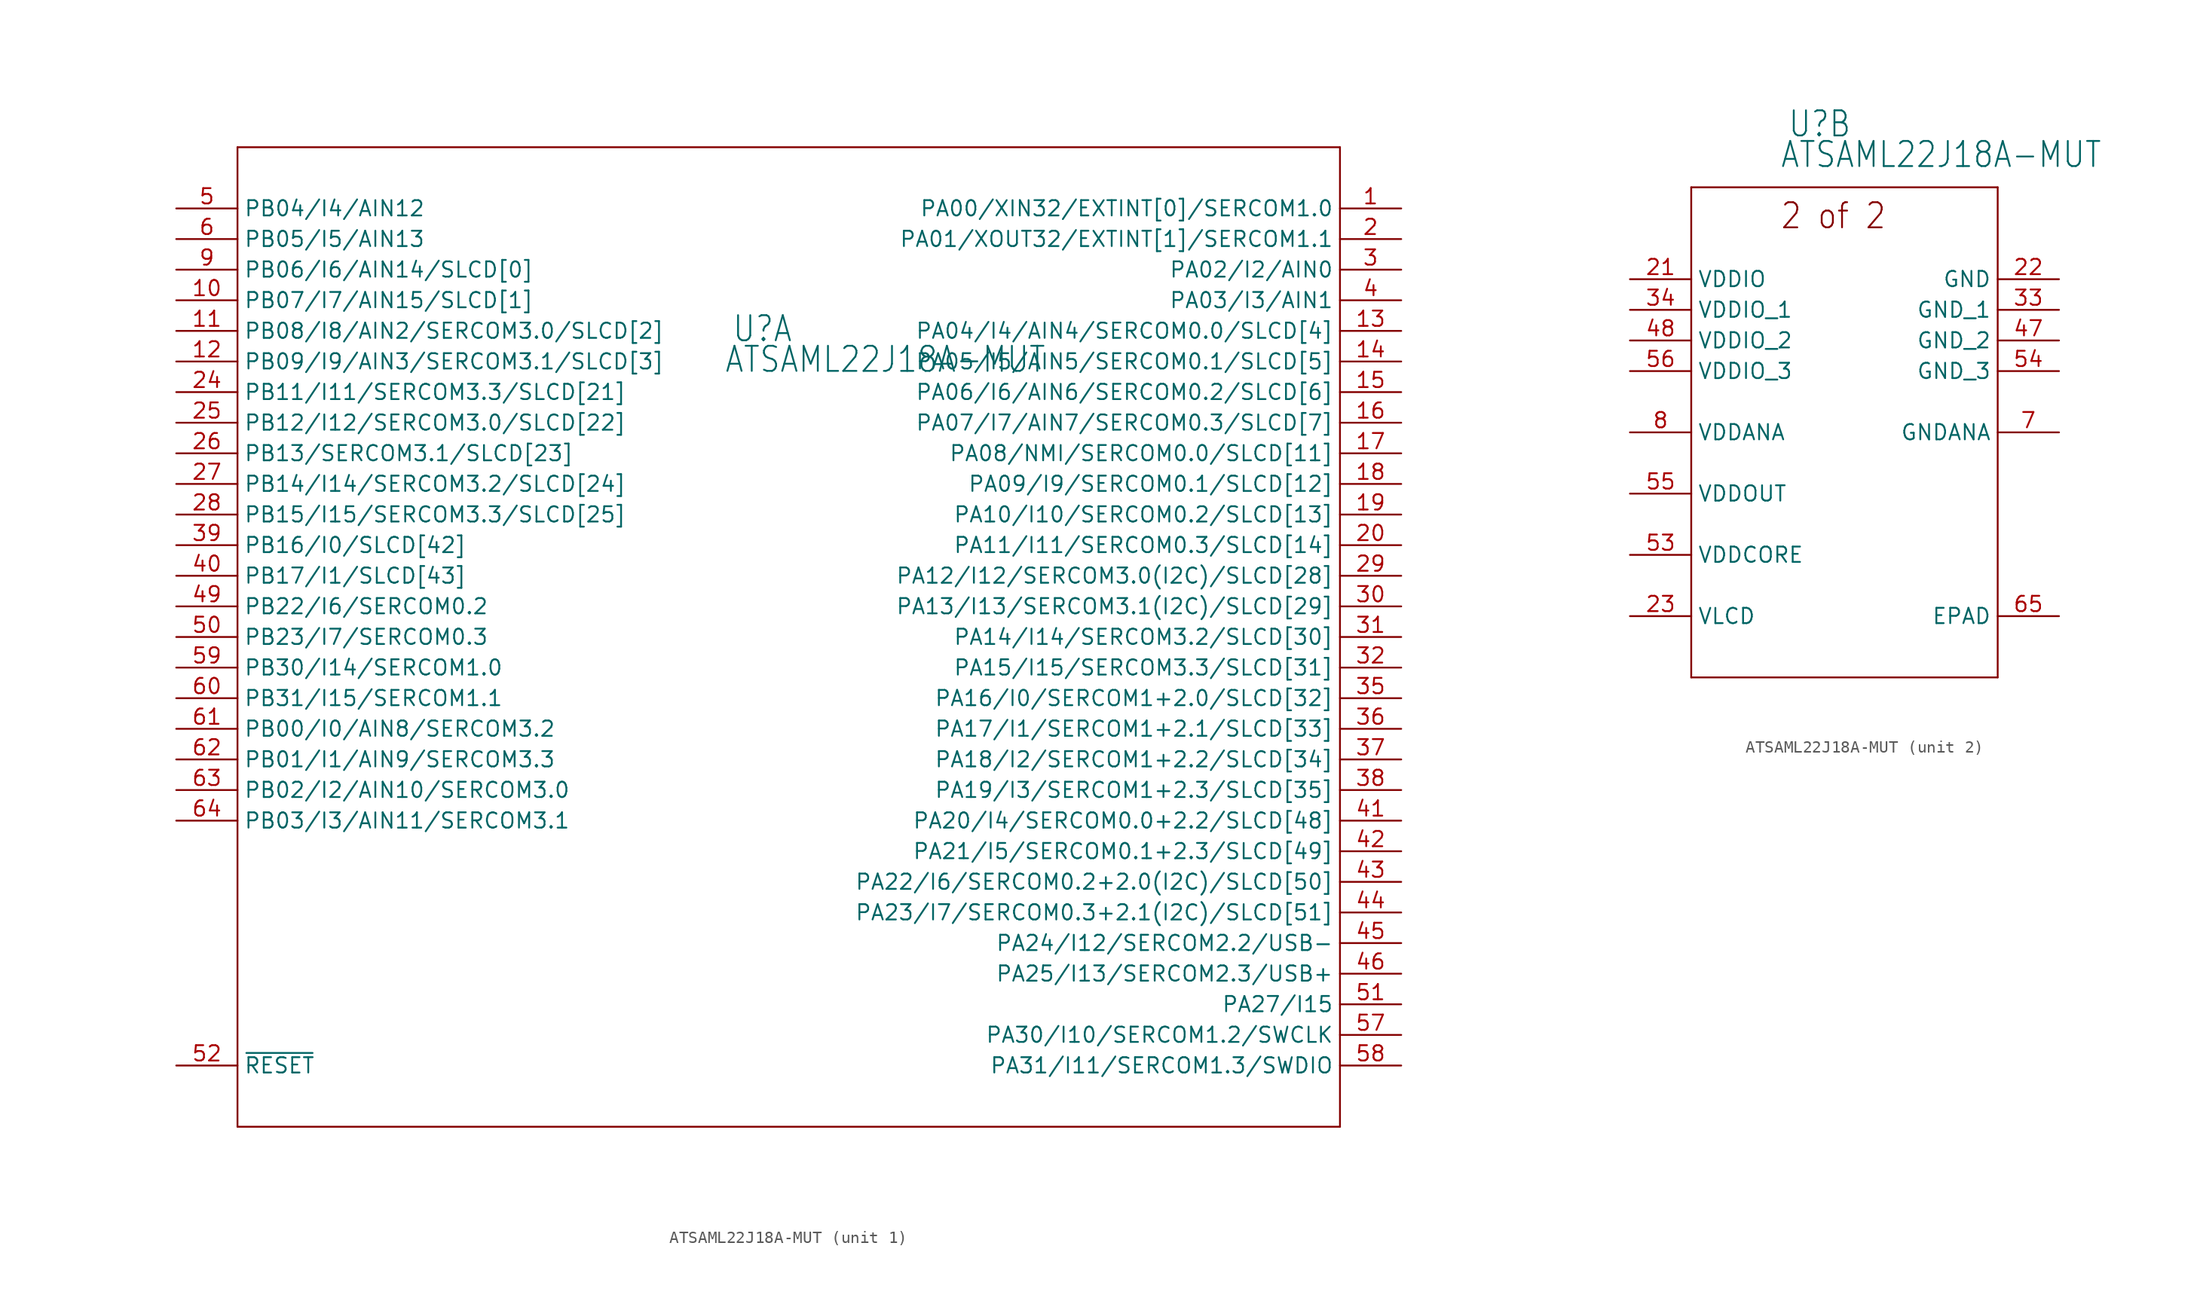
<source format=kicad_sym>
(kicad_symbol_lib
  (version 20211014)
  (generator kicad_symbol_editor)
  (symbol "ATSAML22J18A-MUT"
    (property "Reference" "U"
      (at -4.724 24.359 0)
      (effects (font (size 2.083 1.77)) (justify left bottom)))
    (property "Value" "ATSAML22J18A-MUT"
      (at -5.359 21.819 0)
      (effects (font (size 2.083 1.77)) (justify left bottom)))
    (property "ki_locked" ""
      (at 0 0 0)
      (effects (font (size 1.27 1.27))))
    (symbol "ATSAML22J18A-MUT_1_0"
      (polyline (pts (xy -45.72 -40.64) (xy 45.72 -40.64)) (stroke (width 0.152) (type default) (color 0 0 0 0)) (fill (type none)))
      (polyline (pts (xy -45.72 40.64) (xy -45.72 -40.64)) (stroke (width 0.152) (type default) (color 0 0 0 0)) (fill (type none)))
      (polyline (pts (xy 45.72 -40.64) (xy 45.72 40.64)) (stroke (width 0.152) (type default) (color 0 0 0 0)) (fill (type none)))
      (polyline (pts (xy 45.72 40.64) (xy -45.72 40.64)) (stroke (width 0.152) (type default) (color 0 0 0 0)) (fill (type none)))
      (pin bidirectional line (at 50.8 35.56 180) (length 5.08) (name "PA00/XIN32/EXTINT[0]/SERCOM1.0" (effects (font (size 1.27 1.27)))) (number "1" (effects (font (size 1.27 1.27)))))
      (pin bidirectional line (at -50.8 27.94 0) (length 5.08) (name "PB07/I7/AIN15/SLCD[1]" (effects (font (size 1.27 1.27)))) (number "10" (effects (font (size 1.27 1.27)))))
      (pin bidirectional line (at -50.8 25.4 0) (length 5.08) (name "PB08/I8/AIN2/SERCOM3.0/SLCD[2]" (effects (font (size 1.27 1.27)))) (number "11" (effects (font (size 1.27 1.27)))))
      (pin bidirectional line (at -50.8 22.86 0) (length 5.08) (name "PB09/I9/AIN3/SERCOM3.1/SLCD[3]" (effects (font (size 1.27 1.27)))) (number "12" (effects (font (size 1.27 1.27)))))
      (pin bidirectional line (at 50.8 25.4 180) (length 5.08) (name "PA04/I4/AIN4/SERCOM0.0/SLCD[4]" (effects (font (size 1.27 1.27)))) (number "13" (effects (font (size 1.27 1.27)))))
      (pin bidirectional line (at 50.8 22.86 180) (length 5.08) (name "PA05/I5/AIN5/SERCOM0.1/SLCD[5]" (effects (font (size 1.27 1.27)))) (number "14" (effects (font (size 1.27 1.27)))))
      (pin bidirectional line (at 50.8 20.32 180) (length 5.08) (name "PA06/I6/AIN6/SERCOM0.2/SLCD[6]" (effects (font (size 1.27 1.27)))) (number "15" (effects (font (size 1.27 1.27)))))
      (pin bidirectional line (at 50.8 17.78 180) (length 5.08) (name "PA07/I7/AIN7/SERCOM0.3/SLCD[7]" (effects (font (size 1.27 1.27)))) (number "16" (effects (font (size 1.27 1.27)))))
      (pin bidirectional line (at 50.8 15.24 180) (length 5.08) (name "PA08/NMI/SERCOM0.0/SLCD[11]" (effects (font (size 1.27 1.27)))) (number "17" (effects (font (size 1.27 1.27)))))
      (pin bidirectional line (at 50.8 12.7 180) (length 5.08) (name "PA09/I9/SERCOM0.1/SLCD[12]" (effects (font (size 1.27 1.27)))) (number "18" (effects (font (size 1.27 1.27)))))
      (pin bidirectional line (at 50.8 10.16 180) (length 5.08) (name "PA10/I10/SERCOM0.2/SLCD[13]" (effects (font (size 1.27 1.27)))) (number "19" (effects (font (size 1.27 1.27)))))
      (pin bidirectional line (at 50.8 33.02 180) (length 5.08) (name "PA01/XOUT32/EXTINT[1]/SERCOM1.1" (effects (font (size 1.27 1.27)))) (number "2" (effects (font (size 1.27 1.27)))))
      (pin bidirectional line (at 50.8 7.62 180) (length 5.08) (name "PA11/I11/SERCOM0.3/SLCD[14]" (effects (font (size 1.27 1.27)))) (number "20" (effects (font (size 1.27 1.27)))))
      (pin bidirectional line (at -50.8 20.32 0) (length 5.08) (name "PB11/I11/SERCOM3.3/SLCD[21]" (effects (font (size 1.27 1.27)))) (number "24" (effects (font (size 1.27 1.27)))))
      (pin bidirectional line (at -50.8 17.78 0) (length 5.08) (name "PB12/I12/SERCOM3.0/SLCD[22]" (effects (font (size 1.27 1.27)))) (number "25" (effects (font (size 1.27 1.27)))))
      (pin bidirectional line (at -50.8 15.24 0) (length 5.08) (name "PB13/SERCOM3.1/SLCD[23]" (effects (font (size 1.27 1.27)))) (number "26" (effects (font (size 1.27 1.27)))))
      (pin bidirectional line (at -50.8 12.7 0) (length 5.08) (name "PB14/I14/SERCOM3.2/SLCD[24]" (effects (font (size 1.27 1.27)))) (number "27" (effects (font (size 1.27 1.27)))))
      (pin bidirectional line (at -50.8 10.16 0) (length 5.08) (name "PB15/I15/SERCOM3.3/SLCD[25]" (effects (font (size 1.27 1.27)))) (number "28" (effects (font (size 1.27 1.27)))))
      (pin bidirectional line (at 50.8 5.08 180) (length 5.08) (name "PA12/I12/SERCOM3.0(I2C)/SLCD[28]" (effects (font (size 1.27 1.27)))) (number "29" (effects (font (size 1.27 1.27)))))
      (pin bidirectional line (at 50.8 30.48 180) (length 5.08) (name "PA02/I2/AIN0" (effects (font (size 1.27 1.27)))) (number "3" (effects (font (size 1.27 1.27)))))
      (pin bidirectional line (at 50.8 2.54 180) (length 5.08) (name "PA13/I13/SERCOM3.1(I2C)/SLCD[29]" (effects (font (size 1.27 1.27)))) (number "30" (effects (font (size 1.27 1.27)))))
      (pin bidirectional line (at 50.8 0 180) (length 5.08) (name "PA14/I14/SERCOM3.2/SLCD[30]" (effects (font (size 1.27 1.27)))) (number "31" (effects (font (size 1.27 1.27)))))
      (pin bidirectional line (at 50.8 -2.54 180) (length 5.08) (name "PA15/I15/SERCOM3.3/SLCD[31]" (effects (font (size 1.27 1.27)))) (number "32" (effects (font (size 1.27 1.27)))))
      (pin bidirectional line (at 50.8 -5.08 180) (length 5.08) (name "PA16/I0/SERCOM1+2.0/SLCD[32]" (effects (font (size 1.27 1.27)))) (number "35" (effects (font (size 1.27 1.27)))))
      (pin bidirectional line (at 50.8 -7.62 180) (length 5.08) (name "PA17/I1/SERCOM1+2.1/SLCD[33]" (effects (font (size 1.27 1.27)))) (number "36" (effects (font (size 1.27 1.27)))))
      (pin bidirectional line (at 50.8 -10.16 180) (length 5.08) (name "PA18/I2/SERCOM1+2.2/SLCD[34]" (effects (font (size 1.27 1.27)))) (number "37" (effects (font (size 1.27 1.27)))))
      (pin bidirectional line (at 50.8 -12.7 180) (length 5.08) (name "PA19/I3/SERCOM1+2.3/SLCD[35]" (effects (font (size 1.27 1.27)))) (number "38" (effects (font (size 1.27 1.27)))))
      (pin bidirectional line (at -50.8 7.62 0) (length 5.08) (name "PB16/I0/SLCD[42]" (effects (font (size 1.27 1.27)))) (number "39" (effects (font (size 1.27 1.27)))))
      (pin bidirectional line (at 50.8 27.94 180) (length 5.08) (name "PA03/I3/AIN1" (effects (font (size 1.27 1.27)))) (number "4" (effects (font (size 1.27 1.27)))))
      (pin bidirectional line (at -50.8 5.08 0) (length 5.08) (name "PB17/I1/SLCD[43]" (effects (font (size 1.27 1.27)))) (number "40" (effects (font (size 1.27 1.27)))))
      (pin bidirectional line (at 50.8 -15.24 180) (length 5.08) (name "PA20/I4/SERCOM0.0+2.2/SLCD[48]" (effects (font (size 1.27 1.27)))) (number "41" (effects (font (size 1.27 1.27)))))
      (pin bidirectional line (at 50.8 -17.78 180) (length 5.08) (name "PA21/I5/SERCOM0.1+2.3/SLCD[49]" (effects (font (size 1.27 1.27)))) (number "42" (effects (font (size 1.27 1.27)))))
      (pin bidirectional line (at 50.8 -20.32 180) (length 5.08) (name "PA22/I6/SERCOM0.2+2.0(I2C)/SLCD[50]" (effects (font (size 1.27 1.27)))) (number "43" (effects (font (size 1.27 1.27)))))
      (pin bidirectional line (at 50.8 -22.86 180) (length 5.08) (name "PA23/I7/SERCOM0.3+2.1(I2C)/SLCD[51]" (effects (font (size 1.27 1.27)))) (number "44" (effects (font (size 1.27 1.27)))))
      (pin bidirectional line (at 50.8 -25.4 180) (length 5.08) (name "PA24/I12/SERCOM2.2/USB-" (effects (font (size 1.27 1.27)))) (number "45" (effects (font (size 1.27 1.27)))))
      (pin bidirectional line (at 50.8 -27.94 180) (length 5.08) (name "PA25/I13/SERCOM2.3/USB+" (effects (font (size 1.27 1.27)))) (number "46" (effects (font (size 1.27 1.27)))))
      (pin bidirectional line (at -50.8 2.54 0) (length 5.08) (name "PB22/I6/SERCOM0.2" (effects (font (size 1.27 1.27)))) (number "49" (effects (font (size 1.27 1.27)))))
      (pin bidirectional line (at -50.8 35.56 0) (length 5.08) (name "PB04/I4/AIN12" (effects (font (size 1.27 1.27)))) (number "5" (effects (font (size 1.27 1.27)))))
      (pin bidirectional line (at -50.8 0 0) (length 5.08) (name "PB23/I7/SERCOM0.3" (effects (font (size 1.27 1.27)))) (number "50" (effects (font (size 1.27 1.27)))))
      (pin bidirectional line (at 50.8 -30.48 180) (length 5.08) (name "PA27/I15" (effects (font (size 1.27 1.27)))) (number "51" (effects (font (size 1.27 1.27)))))
      (pin bidirectional line (at -50.8 -35.56 0) (length 5.08) (name "~{RESET}" (effects (font (size 1.27 1.27)))) (number "52" (effects (font (size 1.27 1.27)))))
      (pin bidirectional line (at 50.8 -33.02 180) (length 5.08) (name "PA30/I10/SERCOM1.2/SWCLK" (effects (font (size 1.27 1.27)))) (number "57" (effects (font (size 1.27 1.27)))))
      (pin bidirectional line (at 50.8 -35.56 180) (length 5.08) (name "PA31/I11/SERCOM1.3/SWDIO" (effects (font (size 1.27 1.27)))) (number "58" (effects (font (size 1.27 1.27)))))
      (pin bidirectional line (at -50.8 -2.54 0) (length 5.08) (name "PB30/I14/SERCOM1.0" (effects (font (size 1.27 1.27)))) (number "59" (effects (font (size 1.27 1.27)))))
      (pin bidirectional line (at -50.8 33.02 0) (length 5.08) (name "PB05/I5/AIN13" (effects (font (size 1.27 1.27)))) (number "6" (effects (font (size 1.27 1.27)))))
      (pin bidirectional line (at -50.8 -5.08 0) (length 5.08) (name "PB31/I15/SERCOM1.1" (effects (font (size 1.27 1.27)))) (number "60" (effects (font (size 1.27 1.27)))))
      (pin bidirectional line (at -50.8 -7.62 0) (length 5.08) (name "PB00/I0/AIN8/SERCOM3.2" (effects (font (size 1.27 1.27)))) (number "61" (effects (font (size 1.27 1.27)))))
      (pin bidirectional line (at -50.8 -10.16 0) (length 5.08) (name "PB01/I1/AIN9/SERCOM3.3" (effects (font (size 1.27 1.27)))) (number "62" (effects (font (size 1.27 1.27)))))
      (pin bidirectional line (at -50.8 -12.7 0) (length 5.08) (name "PB02/I2/AIN10/SERCOM3.0" (effects (font (size 1.27 1.27)))) (number "63" (effects (font (size 1.27 1.27)))))
      (pin bidirectional line (at -50.8 -15.24 0) (length 5.08) (name "PB03/I3/AIN11/SERCOM3.1" (effects (font (size 1.27 1.27)))) (number "64" (effects (font (size 1.27 1.27)))))
      (pin bidirectional line (at -50.8 30.48 0) (length 5.08) (name "PB06/I6/AIN14/SLCD[0]" (effects (font (size 1.27 1.27)))) (number "9" (effects (font (size 1.27 1.27))))))
    (symbol "ATSAML22J18A-MUT_2_0"
      (polyline (pts (xy -12.7 -20.32) (xy 12.7 -20.32)) (stroke (width 0.152) (type default) (color 0 0 0 0)) (fill (type none)))
      (polyline (pts (xy -12.7 20.32) (xy -12.7 -20.32)) (stroke (width 0.152) (type default) (color 0 0 0 0)) (fill (type none)))
      (polyline (pts (xy 12.7 -20.32) (xy 12.7 20.32)) (stroke (width 0.152) (type default) (color 0 0 0 0)) (fill (type none)))
      (polyline (pts (xy 12.7 20.32) (xy -12.7 20.32)) (stroke (width 0.152) (type default) (color 0 0 0 0)) (fill (type none)))
      (text "2 of 2" (at -5.359 16.739 0) (effects (font (size 2.083 1.77)) (justify left bottom)))
      (pin power_in line (at -17.78 12.7 0) (length 5.08) (name "VDDIO" (effects (font (size 1.27 1.27)))) (number "21" (effects (font (size 1.27 1.27)))))
      (pin passive line (at 17.78 12.7 180) (length 5.08) (name "GND" (effects (font (size 1.27 1.27)))) (number "22" (effects (font (size 1.27 1.27)))))
      (pin passive line (at -17.78 -15.24 0) (length 5.08) (name "VLCD" (effects (font (size 1.27 1.27)))) (number "23" (effects (font (size 1.27 1.27)))))
      (pin passive line (at 17.78 10.16 180) (length 5.08) (name "GND_1" (effects (font (size 1.27 1.27)))) (number "33" (effects (font (size 1.27 1.27)))))
      (pin power_in line (at -17.78 10.16 0) (length 5.08) (name "VDDIO_1" (effects (font (size 1.27 1.27)))) (number "34" (effects (font (size 1.27 1.27)))))
      (pin passive line (at 17.78 7.62 180) (length 5.08) (name "GND_2" (effects (font (size 1.27 1.27)))) (number "47" (effects (font (size 1.27 1.27)))))
      (pin power_in line (at -17.78 7.62 0) (length 5.08) (name "VDDIO_2" (effects (font (size 1.27 1.27)))) (number "48" (effects (font (size 1.27 1.27)))))
      (pin power_in line (at -17.78 -10.16 0) (length 5.08) (name "VDDCORE" (effects (font (size 1.27 1.27)))) (number "53" (effects (font (size 1.27 1.27)))))
      (pin passive line (at 17.78 5.08 180) (length 5.08) (name "GND_3" (effects (font (size 1.27 1.27)))) (number "54" (effects (font (size 1.27 1.27)))))
      (pin output line (at -17.78 -5.08 0) (length 5.08) (name "VDDOUT" (effects (font (size 1.27 1.27)))) (number "55" (effects (font (size 1.27 1.27)))))
      (pin power_in line (at -17.78 5.08 0) (length 5.08) (name "VDDIO_3" (effects (font (size 1.27 1.27)))) (number "56" (effects (font (size 1.27 1.27)))))
      (pin passive line (at 17.78 -15.24 180) (length 5.08) (name "EPAD" (effects (font (size 1.27 1.27)))) (number "65" (effects (font (size 1.27 1.27)))))
      (pin passive line (at 17.78 0 180) (length 5.08) (name "GNDANA" (effects (font (size 1.27 1.27)))) (number "7" (effects (font (size 1.27 1.27)))))
      (pin power_in line (at -17.78 0 0) (length 5.08) (name "VDDANA" (effects (font (size 1.27 1.27)))) (number "8" (effects (font (size 1.27 1.27))))))))
</source>
